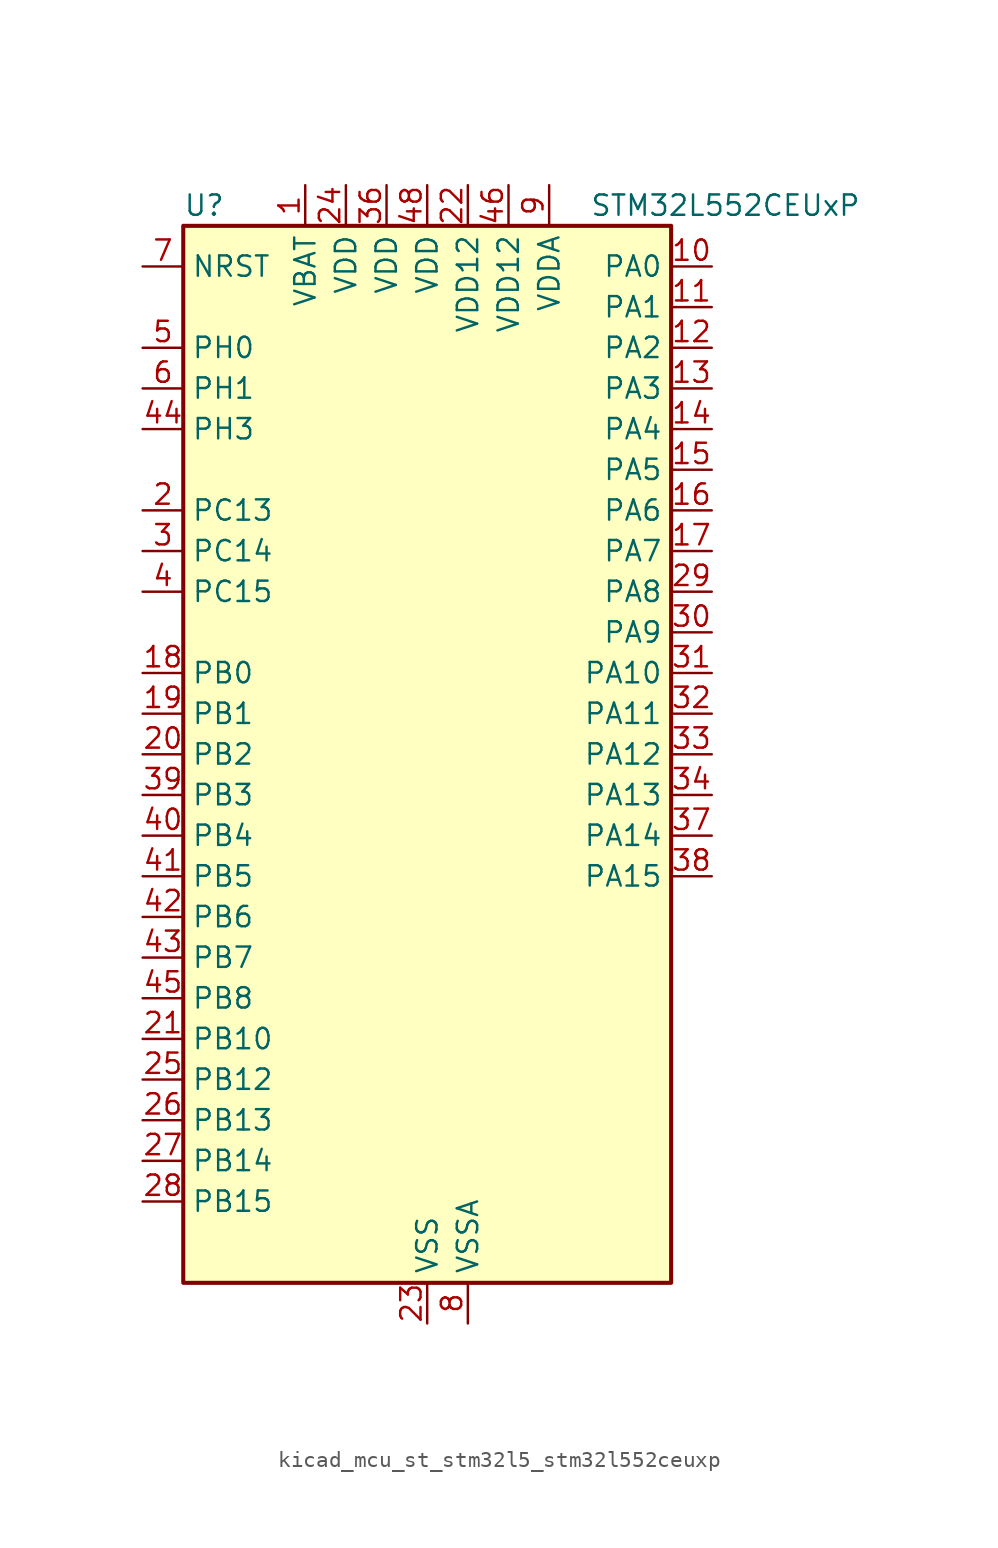
<source format=kicad_sym>
(kicad_symbol_lib
  (version 20220914)
  (generator kicad_symbol_editor)
  (symbol "kicad_mcu_st_stm32l5_stm32l552ceuxp"
    (property "Reference" "U"
      (at -15.24 34.29 0)
      (effects (font (size 1.27 1.27)) (justify left)))
    (property "Value" "STM32L552CEUxP"
      (at 10.16 34.29 0)
      (effects (font (size 1.27 1.27)) (justify left)))
    (property "ki_locked" ""
      (at 0 0 0)
      (effects (font (size 1.27 1.27))))
    (symbol "kicad_mcu_st_stm32l5_stm32l552ceuxp_0_1"
      (rectangle (start -15.24 -33.02) (end 15.24 33.02) (stroke (width 0.254) (type default)) (fill (type background))))
    (symbol "kicad_mcu_st_stm32l5_stm32l552ceuxp_1_1"
      (pin power_in line (at -7.62 35.56 270) (length 2.54) (name "VBAT" (effects (font (size 1.27 1.27)))) (number "1" (effects (font (size 1.27 1.27)))))
      (pin bidirectional line (at 17.78 30.48 180) (length 2.54) (name "PA0" (effects (font (size 1.27 1.27)))) (number "10" (effects (font (size 1.27 1.27)))) (alternate "ADC1_IN5" bidirectional line) (alternate "ADC2_IN5" bidirectional line) (alternate "OPAMP1_VINP" bidirectional line) (alternate "PWR_WKUP1" bidirectional line) (alternate "SAI1_EXTCLK" bidirectional line) (alternate "TAMP_IN2" bidirectional line) (alternate "TAMP_OUT1" bidirectional line) (alternate "TIM2_CH1" bidirectional line) (alternate "TIM2_ETR" bidirectional line) (alternate "TIM5_CH1" bidirectional line) (alternate "TIM8_ETR" bidirectional line) (alternate "UART4_TX" bidirectional line) (alternate "USART2_CTS" bidirectional line) (alternate "USART2_NSS" bidirectional line))
      (pin bidirectional line (at 17.78 27.94 180) (length 2.54) (name "PA1" (effects (font (size 1.27 1.27)))) (number "11" (effects (font (size 1.27 1.27)))) (alternate "ADC1_IN6" bidirectional line) (alternate "ADC2_IN6" bidirectional line) (alternate "I2C1_SMBA" bidirectional line) (alternate "OCTOSPI1_DQS" bidirectional line) (alternate "OPAMP1_VINM" bidirectional line) (alternate "SPI1_SCK" bidirectional line) (alternate "TAMP_IN5" bidirectional line) (alternate "TAMP_OUT4" bidirectional line) (alternate "TIM15_CH1N" bidirectional line) (alternate "TIM2_CH2" bidirectional line) (alternate "TIM5_CH2" bidirectional line) (alternate "UART4_RX" bidirectional line) (alternate "USART2_DE" bidirectional line) (alternate "USART2_RTS" bidirectional line))
      (pin bidirectional line (at 17.78 25.4 180) (length 2.54) (name "PA2" (effects (font (size 1.27 1.27)))) (number "12" (effects (font (size 1.27 1.27)))) (alternate "ADC1_IN7" bidirectional line) (alternate "ADC2_IN7" bidirectional line) (alternate "COMP1_INP" bidirectional line) (alternate "LPUART1_TX" bidirectional line) (alternate "OCTOSPI1_NCS" bidirectional line) (alternate "PWR_WKUP4" bidirectional line) (alternate "RCC_LSCO" bidirectional line) (alternate "SAI2_EXTCLK" bidirectional line) (alternate "TIM15_CH1" bidirectional line) (alternate "TIM2_CH3" bidirectional line) (alternate "TIM5_CH3" bidirectional line) (alternate "UCPD1_FRSTX1" bidirectional line) (alternate "USART2_TX" bidirectional line))
      (pin bidirectional line (at 17.78 22.86 180) (length 2.54) (name "PA3" (effects (font (size 1.27 1.27)))) (number "13" (effects (font (size 1.27 1.27)))) (alternate "ADC1_IN8" bidirectional line) (alternate "ADC2_IN8" bidirectional line) (alternate "LPUART1_RX" bidirectional line) (alternate "OCTOSPI1_CLK" bidirectional line) (alternate "OPAMP1_VOUT" bidirectional line) (alternate "SAI1_CK1" bidirectional line) (alternate "SAI1_MCLK_A" bidirectional line) (alternate "TIM15_CH2" bidirectional line) (alternate "TIM2_CH4" bidirectional line) (alternate "TIM5_CH4" bidirectional line) (alternate "USART2_RX" bidirectional line))
      (pin bidirectional line (at 17.78 20.32 180) (length 2.54) (name "PA4" (effects (font (size 1.27 1.27)))) (number "14" (effects (font (size 1.27 1.27)))) (alternate "ADC1_IN9" bidirectional line) (alternate "ADC2_IN9" bidirectional line) (alternate "DAC1_OUT1" bidirectional line) (alternate "LPTIM2_OUT" bidirectional line) (alternate "OCTOSPI1_NCS" bidirectional line) (alternate "SAI1_FS_B" bidirectional line) (alternate "SPI1_NSS" bidirectional line) (alternate "SPI3_NSS" bidirectional line) (alternate "USART2_CK" bidirectional line))
      (pin bidirectional line (at 17.78 17.78 180) (length 2.54) (name "PA5" (effects (font (size 1.27 1.27)))) (number "15" (effects (font (size 1.27 1.27)))) (alternate "ADC1_IN10" bidirectional line) (alternate "ADC2_IN10" bidirectional line) (alternate "DAC1_OUT2" bidirectional line) (alternate "LPTIM2_ETR" bidirectional line) (alternate "SPI1_SCK" bidirectional line) (alternate "TIM2_CH1" bidirectional line) (alternate "TIM2_ETR" bidirectional line) (alternate "TIM8_CH1N" bidirectional line))
      (pin bidirectional line (at 17.78 15.24 180) (length 2.54) (name "PA6" (effects (font (size 1.27 1.27)))) (number "16" (effects (font (size 1.27 1.27)))) (alternate "ADC1_IN11" bidirectional line) (alternate "ADC2_IN11" bidirectional line) (alternate "LPUART1_CTS" bidirectional line) (alternate "OCTOSPI1_IO3" bidirectional line) (alternate "OPAMP2_VINP" bidirectional line) (alternate "SPI1_MISO" bidirectional line) (alternate "TIM16_CH1" bidirectional line) (alternate "TIM1_BKIN" bidirectional line) (alternate "TIM3_CH1" bidirectional line) (alternate "TIM8_BKIN" bidirectional line) (alternate "USART3_CTS" bidirectional line) (alternate "USART3_NSS" bidirectional line))
      (pin bidirectional line (at 17.78 12.7 180) (length 2.54) (name "PA7" (effects (font (size 1.27 1.27)))) (number "17" (effects (font (size 1.27 1.27)))) (alternate "ADC1_IN12" bidirectional line) (alternate "ADC2_IN12" bidirectional line) (alternate "I2C3_SCL" bidirectional line) (alternate "OCTOSPI1_IO2" bidirectional line) (alternate "OPAMP2_VINM" bidirectional line) (alternate "SPI1_MOSI" bidirectional line) (alternate "TIM17_CH1" bidirectional line) (alternate "TIM1_CH1N" bidirectional line) (alternate "TIM3_CH2" bidirectional line) (alternate "TIM8_CH1N" bidirectional line))
      (pin bidirectional line (at -17.78 5.08 0) (length 2.54) (name "PB0" (effects (font (size 1.27 1.27)))) (number "18" (effects (font (size 1.27 1.27)))) (alternate "ADC1_IN15" bidirectional line) (alternate "ADC2_IN15" bidirectional line) (alternate "COMP1_OUT" bidirectional line) (alternate "OCTOSPI1_IO1" bidirectional line) (alternate "OPAMP2_VOUT" bidirectional line) (alternate "SAI1_EXTCLK" bidirectional line) (alternate "SPI1_NSS" bidirectional line) (alternate "TIM1_CH2N" bidirectional line) (alternate "TIM3_CH3" bidirectional line) (alternate "TIM8_CH2N" bidirectional line) (alternate "USART3_CK" bidirectional line))
      (pin bidirectional line (at -17.78 2.54 0) (length 2.54) (name "PB1" (effects (font (size 1.27 1.27)))) (number "19" (effects (font (size 1.27 1.27)))) (alternate "ADC1_IN16" bidirectional line) (alternate "ADC2_IN16" bidirectional line) (alternate "COMP1_INM" bidirectional line) (alternate "DFSDM1_DATIN0" bidirectional line) (alternate "LPTIM2_IN1" bidirectional line) (alternate "LPUART1_DE" bidirectional line) (alternate "LPUART1_RTS" bidirectional line) (alternate "OCTOSPI1_IO0" bidirectional line) (alternate "TIM1_CH3N" bidirectional line) (alternate "TIM3_CH4" bidirectional line) (alternate "TIM8_CH3N" bidirectional line) (alternate "USART3_DE" bidirectional line) (alternate "USART3_RTS" bidirectional line))
      (pin bidirectional line (at -17.78 15.24 0) (length 2.54) (name "PC13" (effects (font (size 1.27 1.27)))) (number "2" (effects (font (size 1.27 1.27)))) (alternate "PWR_WKUP2" bidirectional line) (alternate "RTC_OUT1" bidirectional line) (alternate "RTC_TS" bidirectional line) (alternate "TAMP_IN1" bidirectional line) (alternate "TAMP_OUT2" bidirectional line))
      (pin bidirectional line (at -17.78 0 0) (length 2.54) (name "PB2" (effects (font (size 1.27 1.27)))) (number "20" (effects (font (size 1.27 1.27)))) (alternate "COMP1_INP" bidirectional line) (alternate "DFSDM1_CKIN0" bidirectional line) (alternate "I2C3_SMBA" bidirectional line) (alternate "LPTIM1_OUT" bidirectional line) (alternate "OCTOSPI1_DQS" bidirectional line) (alternate "RTC_OUT2" bidirectional line) (alternate "UCPD1_FRSTX1" bidirectional line))
      (pin bidirectional line (at -17.78 -17.78 0) (length 2.54) (name "PB10" (effects (font (size 1.27 1.27)))) (number "21" (effects (font (size 1.27 1.27)))) (alternate "COMP1_OUT" bidirectional line) (alternate "I2C2_SCL" bidirectional line) (alternate "I2C4_SCL" bidirectional line) (alternate "LPTIM3_OUT" bidirectional line) (alternate "LPUART1_RX" bidirectional line) (alternate "OCTOSPI1_CLK" bidirectional line) (alternate "SAI1_SCK_A" bidirectional line) (alternate "SPI2_SCK" bidirectional line) (alternate "TIM2_CH3" bidirectional line) (alternate "TSC_SYNC" bidirectional line) (alternate "USART3_TX" bidirectional line))
      (pin power_in line (at 2.54 35.56 270) (length 2.54) (name "VDD12" (effects (font (size 1.27 1.27)))) (number "22" (effects (font (size 1.27 1.27)))))
      (pin power_in line (at 0 -35.56 90) (length 2.54) (name "VSS" (effects (font (size 1.27 1.27)))) (number "23" (effects (font (size 1.27 1.27)))))
      (pin power_in line (at -5.08 35.56 270) (length 2.54) (name "VDD" (effects (font (size 1.27 1.27)))) (number "24" (effects (font (size 1.27 1.27)))))
      (pin bidirectional line (at -17.78 -20.32 0) (length 2.54) (name "PB12" (effects (font (size 1.27 1.27)))) (number "25" (effects (font (size 1.27 1.27)))) (alternate "DFSDM1_DATIN1" bidirectional line) (alternate "I2C2_SMBA" bidirectional line) (alternate "LPUART1_DE" bidirectional line) (alternate "LPUART1_RTS" bidirectional line) (alternate "OCTOSPI1_NCLK" bidirectional line) (alternate "SAI2_FS_A" bidirectional line) (alternate "SPI2_NSS" bidirectional line) (alternate "TIM15_BKIN" bidirectional line) (alternate "TIM1_BKIN" bidirectional line) (alternate "TSC_G1_IO1" bidirectional line) (alternate "USART3_CK" bidirectional line))
      (pin bidirectional line (at -17.78 -22.86 0) (length 2.54) (name "PB13" (effects (font (size 1.27 1.27)))) (number "26" (effects (font (size 1.27 1.27)))) (alternate "DFSDM1_CKIN1" bidirectional line) (alternate "I2C2_SCL" bidirectional line) (alternate "LPTIM3_IN1" bidirectional line) (alternate "LPUART1_CTS" bidirectional line) (alternate "SAI2_SCK_A" bidirectional line) (alternate "SPI2_SCK" bidirectional line) (alternate "TIM15_CH1N" bidirectional line) (alternate "TIM1_CH1N" bidirectional line) (alternate "TSC_G1_IO2" bidirectional line) (alternate "UCPD1_FRSTX2" bidirectional line) (alternate "USART3_CTS" bidirectional line) (alternate "USART3_NSS" bidirectional line))
      (pin bidirectional line (at -17.78 -25.4 0) (length 2.54) (name "PB14" (effects (font (size 1.27 1.27)))) (number "27" (effects (font (size 1.27 1.27)))) (alternate "DFSDM1_DATIN2" bidirectional line) (alternate "I2C2_SDA" bidirectional line) (alternate "LPTIM3_ETR" bidirectional line) (alternate "SAI2_MCLK_A" bidirectional line) (alternate "SPI2_MISO" bidirectional line) (alternate "TIM15_CH1" bidirectional line) (alternate "TIM1_CH2N" bidirectional line) (alternate "TIM8_CH2N" bidirectional line) (alternate "TSC_G1_IO3" bidirectional line) (alternate "UCPD1_DBCC2" bidirectional line) (alternate "USART3_DE" bidirectional line) (alternate "USART3_RTS" bidirectional line))
      (pin bidirectional line (at -17.78 -27.94 0) (length 2.54) (name "PB15" (effects (font (size 1.27 1.27)))) (number "28" (effects (font (size 1.27 1.27)))) (alternate "ADC1_EXTI15" bidirectional line) (alternate "ADC2_EXTI15" bidirectional line) (alternate "DFSDM1_CKIN2" bidirectional line) (alternate "RTC_REFIN" bidirectional line) (alternate "SAI2_SD_A" bidirectional line) (alternate "SPI2_MOSI" bidirectional line) (alternate "TIM15_CH2" bidirectional line) (alternate "TIM1_CH3N" bidirectional line) (alternate "TIM8_CH3N" bidirectional line) (alternate "UCPD1_CC2" bidirectional line))
      (pin bidirectional line (at 17.78 10.16 180) (length 2.54) (name "PA8" (effects (font (size 1.27 1.27)))) (number "29" (effects (font (size 1.27 1.27)))) (alternate "LPTIM2_OUT" bidirectional line) (alternate "RCC_MCO" bidirectional line) (alternate "SAI1_CK2" bidirectional line) (alternate "SAI1_SCK_A" bidirectional line) (alternate "TIM1_CH1" bidirectional line) (alternate "USART1_CK" bidirectional line))
      (pin bidirectional line (at -17.78 12.7 0) (length 2.54) (name "PC14" (effects (font (size 1.27 1.27)))) (number "3" (effects (font (size 1.27 1.27)))) (alternate "RCC_OSC32_IN" bidirectional line))
      (pin bidirectional line (at 17.78 7.62 180) (length 2.54) (name "PA9" (effects (font (size 1.27 1.27)))) (number "30" (effects (font (size 1.27 1.27)))) (alternate "DAC1_EXTI9" bidirectional line) (alternate "SAI1_FS_A" bidirectional line) (alternate "SPI2_SCK" bidirectional line) (alternate "TIM15_BKIN" bidirectional line) (alternate "TIM1_CH2" bidirectional line) (alternate "USART1_TX" bidirectional line))
      (pin bidirectional line (at 17.78 5.08 180) (length 2.54) (name "PA10" (effects (font (size 1.27 1.27)))) (number "31" (effects (font (size 1.27 1.27)))) (alternate "CRS_SYNC" bidirectional line) (alternate "SAI1_D1" bidirectional line) (alternate "SAI1_SD_A" bidirectional line) (alternate "TIM17_BKIN" bidirectional line) (alternate "TIM1_CH3" bidirectional line) (alternate "USART1_RX" bidirectional line))
      (pin bidirectional line (at 17.78 2.54 180) (length 2.54) (name "PA11" (effects (font (size 1.27 1.27)))) (number "32" (effects (font (size 1.27 1.27)))) (alternate "ADC1_EXTI11" bidirectional line) (alternate "ADC2_EXTI11" bidirectional line) (alternate "FDCAN1_RX" bidirectional line) (alternate "SPI1_MISO" bidirectional line) (alternate "TIM1_BKIN2" bidirectional line) (alternate "TIM1_CH4" bidirectional line) (alternate "USART1_CTS" bidirectional line) (alternate "USART1_NSS" bidirectional line) (alternate "USB_DM" bidirectional line))
      (pin bidirectional line (at 17.78 0 180) (length 2.54) (name "PA12" (effects (font (size 1.27 1.27)))) (number "33" (effects (font (size 1.27 1.27)))) (alternate "FDCAN1_TX" bidirectional line) (alternate "SPI1_MOSI" bidirectional line) (alternate "TIM1_ETR" bidirectional line) (alternate "USART1_DE" bidirectional line) (alternate "USART1_RTS" bidirectional line) (alternate "USB_DP" bidirectional line))
      (pin bidirectional line (at 17.78 -2.54 180) (length 2.54) (name "PA13" (effects (font (size 1.27 1.27)))) (number "34" (effects (font (size 1.27 1.27)))) (alternate "DEBUG_JTMS-SWDIO" bidirectional line) (alternate "IR_OUT" bidirectional line) (alternate "SAI1_SD_B" bidirectional line) (alternate "USB_NOE" bidirectional line))
      (pin passive line (at 0 -35.56 90) (length 2.54) hide (name "VSS" (effects (font (size 1.27 1.27)))) (number "35" (effects (font (size 1.27 1.27)))))
      (pin power_in line (at -2.54 35.56 270) (length 2.54) (name "VDD" (effects (font (size 1.27 1.27)))) (number "36" (effects (font (size 1.27 1.27)))))
      (pin bidirectional line (at 17.78 -5.08 180) (length 2.54) (name "PA14" (effects (font (size 1.27 1.27)))) (number "37" (effects (font (size 1.27 1.27)))) (alternate "DEBUG_JTCK-SWCLK" bidirectional line) (alternate "I2C1_SMBA" bidirectional line) (alternate "I2C4_SMBA" bidirectional line) (alternate "LPTIM1_OUT" bidirectional line) (alternate "SAI1_FS_B" bidirectional line))
      (pin bidirectional line (at 17.78 -7.62 180) (length 2.54) (name "PA15" (effects (font (size 1.27 1.27)))) (number "38" (effects (font (size 1.27 1.27)))) (alternate "ADC1_EXTI15" bidirectional line) (alternate "ADC2_EXTI15" bidirectional line) (alternate "DEBUG_JTDI" bidirectional line) (alternate "SAI2_FS_B" bidirectional line) (alternate "SPI1_NSS" bidirectional line) (alternate "SPI3_NSS" bidirectional line) (alternate "TIM2_CH1" bidirectional line) (alternate "TIM2_ETR" bidirectional line) (alternate "UART4_DE" bidirectional line) (alternate "UART4_RTS" bidirectional line) (alternate "UCPD1_CC1" bidirectional line) (alternate "USART2_RX" bidirectional line) (alternate "USART3_DE" bidirectional line) (alternate "USART3_RTS" bidirectional line))
      (pin bidirectional line (at -17.78 -2.54 0) (length 2.54) (name "PB3" (effects (font (size 1.27 1.27)))) (number "39" (effects (font (size 1.27 1.27)))) (alternate "COMP2_INM" bidirectional line) (alternate "CRS_SYNC" bidirectional line) (alternate "DEBUG_JTDO-SWO" bidirectional line) (alternate "SAI1_SCK_B" bidirectional line) (alternate "SPI1_SCK" bidirectional line) (alternate "SPI3_SCK" bidirectional line) (alternate "TIM2_CH2" bidirectional line) (alternate "USART1_DE" bidirectional line) (alternate "USART1_RTS" bidirectional line))
      (pin bidirectional line (at -17.78 10.16 0) (length 2.54) (name "PC15" (effects (font (size 1.27 1.27)))) (number "4" (effects (font (size 1.27 1.27)))) (alternate "ADC1_EXTI15" bidirectional line) (alternate "ADC2_EXTI15" bidirectional line) (alternate "RCC_OSC32_OUT" bidirectional line))
      (pin bidirectional line (at -17.78 -5.08 0) (length 2.54) (name "PB4" (effects (font (size 1.27 1.27)))) (number "40" (effects (font (size 1.27 1.27)))) (alternate "COMP2_INP" bidirectional line) (alternate "DEBUG_JTRST" bidirectional line) (alternate "I2C3_SDA" bidirectional line) (alternate "SAI1_MCLK_B" bidirectional line) (alternate "SPI1_MISO" bidirectional line) (alternate "SPI3_MISO" bidirectional line) (alternate "TIM17_BKIN" bidirectional line) (alternate "TIM3_CH1" bidirectional line) (alternate "TSC_G2_IO1" bidirectional line) (alternate "USART1_CTS" bidirectional line) (alternate "USART1_NSS" bidirectional line))
      (pin bidirectional line (at -17.78 -7.62 0) (length 2.54) (name "PB5" (effects (font (size 1.27 1.27)))) (number "41" (effects (font (size 1.27 1.27)))) (alternate "COMP2_OUT" bidirectional line) (alternate "I2C1_SMBA" bidirectional line) (alternate "LPTIM1_IN1" bidirectional line) (alternate "OCTOSPI1_NCLK" bidirectional line) (alternate "SAI1_SD_B" bidirectional line) (alternate "SPI1_MOSI" bidirectional line) (alternate "SPI3_MOSI" bidirectional line) (alternate "TIM16_BKIN" bidirectional line) (alternate "TIM3_CH2" bidirectional line) (alternate "TSC_G2_IO2" bidirectional line) (alternate "UCPD1_DBCC1" bidirectional line) (alternate "USART1_CK" bidirectional line))
      (pin bidirectional line (at -17.78 -10.16 0) (length 2.54) (name "PB6" (effects (font (size 1.27 1.27)))) (number "42" (effects (font (size 1.27 1.27)))) (alternate "COMP2_INP" bidirectional line) (alternate "I2C1_SCL" bidirectional line) (alternate "I2C4_SCL" bidirectional line) (alternate "LPTIM1_ETR" bidirectional line) (alternate "SAI1_FS_B" bidirectional line) (alternate "TIM16_CH1N" bidirectional line) (alternate "TIM4_CH1" bidirectional line) (alternate "TIM8_BKIN2" bidirectional line) (alternate "TSC_G2_IO3" bidirectional line) (alternate "USART1_TX" bidirectional line))
      (pin bidirectional line (at -17.78 -12.7 0) (length 2.54) (name "PB7" (effects (font (size 1.27 1.27)))) (number "43" (effects (font (size 1.27 1.27)))) (alternate "COMP2_INM" bidirectional line) (alternate "I2C1_SDA" bidirectional line) (alternate "I2C4_SDA" bidirectional line) (alternate "LPTIM1_IN2" bidirectional line) (alternate "PWR_PVD_IN" bidirectional line) (alternate "TIM17_CH1N" bidirectional line) (alternate "TIM4_CH2" bidirectional line) (alternate "TIM8_BKIN" bidirectional line) (alternate "TSC_G2_IO4" bidirectional line) (alternate "UART4_CTS" bidirectional line) (alternate "USART1_RX" bidirectional line))
      (pin bidirectional line (at -17.78 20.32 0) (length 2.54) (name "PH3" (effects (font (size 1.27 1.27)))) (number "44" (effects (font (size 1.27 1.27)))))
      (pin bidirectional line (at -17.78 -15.24 0) (length 2.54) (name "PB8" (effects (font (size 1.27 1.27)))) (number "45" (effects (font (size 1.27 1.27)))) (alternate "DFSDM1_CKOUT" bidirectional line) (alternate "FDCAN1_RX" bidirectional line) (alternate "I2C1_SCL" bidirectional line) (alternate "SAI1_CK1" bidirectional line) (alternate "SAI1_MCLK_A" bidirectional line) (alternate "TIM16_CH1" bidirectional line) (alternate "TIM4_CH3" bidirectional line))
      (pin power_in line (at 5.08 35.56 270) (length 2.54) (name "VDD12" (effects (font (size 1.27 1.27)))) (number "46" (effects (font (size 1.27 1.27)))))
      (pin passive line (at 0 -35.56 90) (length 2.54) hide (name "VSS" (effects (font (size 1.27 1.27)))) (number "47" (effects (font (size 1.27 1.27)))))
      (pin power_in line (at 0 35.56 270) (length 2.54) (name "VDD" (effects (font (size 1.27 1.27)))) (number "48" (effects (font (size 1.27 1.27)))))
      (pin passive line (at 0 -35.56 90) (length 2.54) hide (name "VSS" (effects (font (size 1.27 1.27)))) (number "49" (effects (font (size 1.27 1.27)))))
      (pin bidirectional line (at -17.78 25.4 0) (length 2.54) (name "PH0" (effects (font (size 1.27 1.27)))) (number "5" (effects (font (size 1.27 1.27)))) (alternate "RCC_OSC_IN" bidirectional line))
      (pin bidirectional line (at -17.78 22.86 0) (length 2.54) (name "PH1" (effects (font (size 1.27 1.27)))) (number "6" (effects (font (size 1.27 1.27)))) (alternate "RCC_OSC_OUT" bidirectional line))
      (pin input line (at -17.78 30.48 0) (length 2.54) (name "NRST" (effects (font (size 1.27 1.27)))) (number "7" (effects (font (size 1.27 1.27)))))
      (pin power_in line (at 2.54 -35.56 90) (length 2.54) (name "VSSA" (effects (font (size 1.27 1.27)))) (number "8" (effects (font (size 1.27 1.27)))))
      (pin power_in line (at 7.62 35.56 270) (length 2.54) (name "VDDA" (effects (font (size 1.27 1.27)))) (number "9" (effects (font (size 1.27 1.27))))))))
</source>
